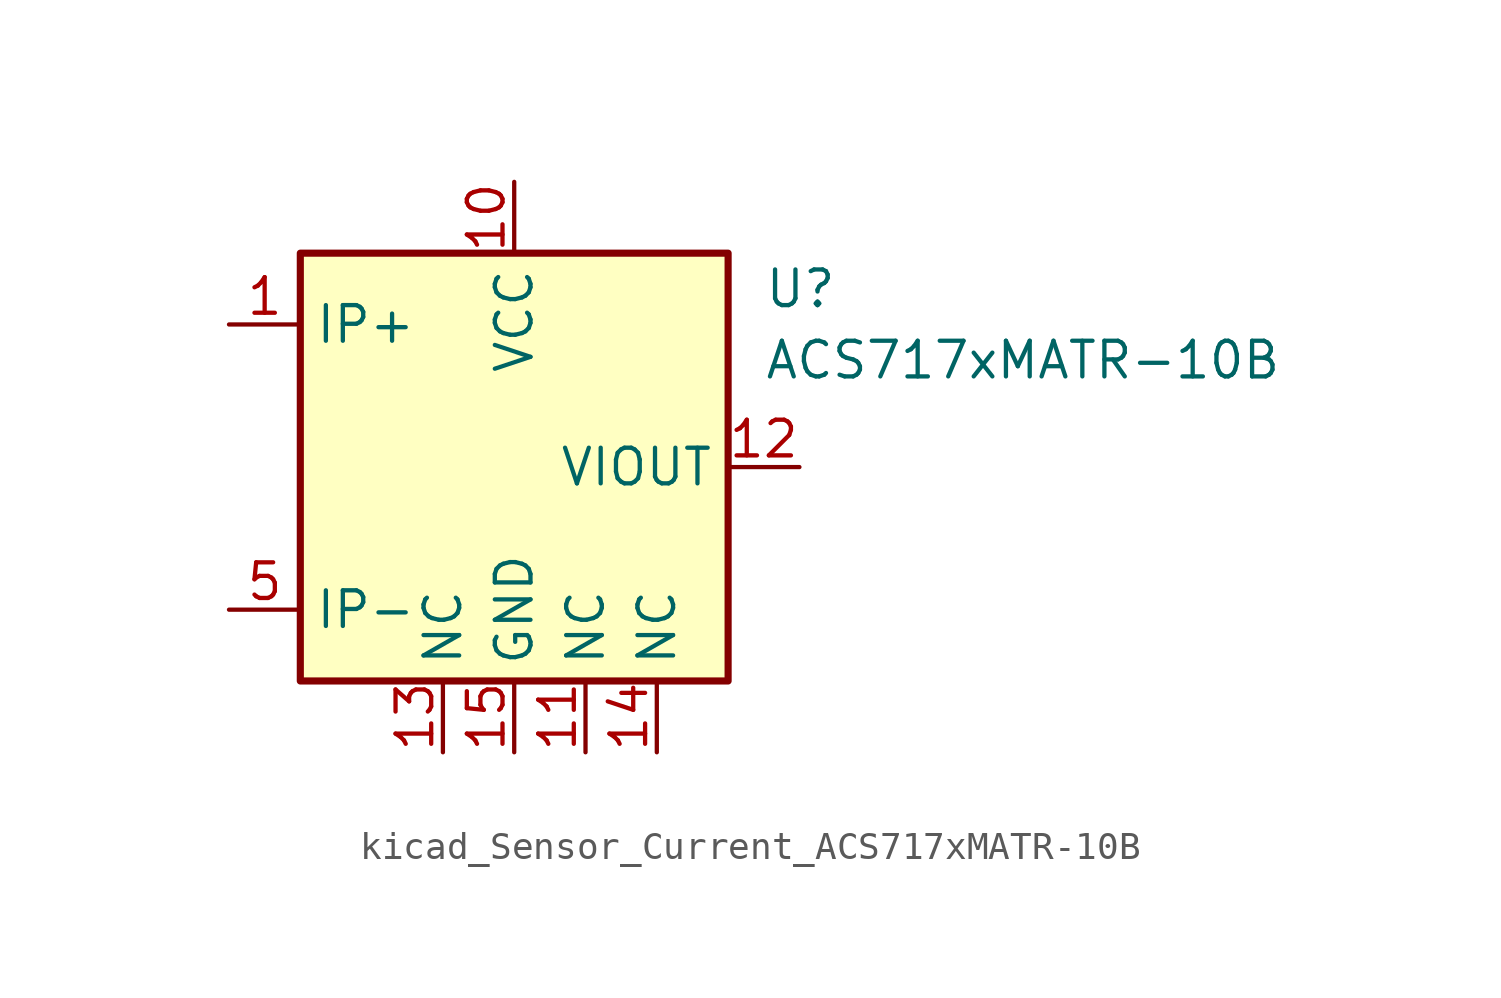
<source format=kicad_sym>
(kicad_symbol_lib
  (version 20220914)
  (generator kicad_symbol_editor)
  (symbol "kicad_Sensor_Current_ACS717xMATR-10B"
    (property "Reference" "U"
      (at 8.89 6.35 0)
      (effects (font (size 1.27 1.27)) (justify left)))
    (property "Value" "ACS717xMATR-10B"
      (at 8.89 3.81 0)
      (effects (font (size 1.27 1.27)) (justify left)))
    (symbol "kicad_Sensor_Current_ACS717xMATR-10B_0_1"
      (rectangle (start -7.62 7.62) (end 7.62 -7.62) (stroke (width 0.254) (type default)) (fill (type background))))
    (symbol "kicad_Sensor_Current_ACS717xMATR-10B_1_1"
      (pin passive line (at -10.16 5.08 0) (length 2.54) (name "IP+" (effects (font (size 1.27 1.27)))) (number "1" (effects (font (size 1.27 1.27)))))
      (pin power_in line (at 0 10.16 270) (length 2.54) (name "VCC" (effects (font (size 1.27 1.27)))) (number "10" (effects (font (size 1.27 1.27)))))
      (pin passive line (at 2.54 -10.16 90) (length 2.54) (name "NC" (effects (font (size 1.27 1.27)))) (number "11" (effects (font (size 1.27 1.27)))))
      (pin output line (at 10.16 0 180) (length 2.54) (name "VIOUT" (effects (font (size 1.27 1.27)))) (number "12" (effects (font (size 1.27 1.27)))))
      (pin passive line (at -2.54 -10.16 90) (length 2.54) (name "NC" (effects (font (size 1.27 1.27)))) (number "13" (effects (font (size 1.27 1.27)))))
      (pin passive line (at 5.08 -10.16 90) (length 2.54) (name "NC" (effects (font (size 1.27 1.27)))) (number "14" (effects (font (size 1.27 1.27)))))
      (pin power_in line (at 0 -10.16 90) (length 2.54) (name "GND" (effects (font (size 1.27 1.27)))) (number "15" (effects (font (size 1.27 1.27)))))
      (pin no_connect line (at 7.62 2.54 180) (length 2.54) hide (name "NC" (effects (font (size 1.27 1.27)))) (number "16" (effects (font (size 1.27 1.27)))))
      (pin passive line (at -10.16 5.08 0) (length 2.54) hide (name "IP+" (effects (font (size 1.27 1.27)))) (number "2" (effects (font (size 1.27 1.27)))))
      (pin passive line (at -10.16 5.08 0) (length 2.54) hide (name "IP+" (effects (font (size 1.27 1.27)))) (number "3" (effects (font (size 1.27 1.27)))))
      (pin passive line (at -10.16 5.08 0) (length 2.54) hide (name "IP+" (effects (font (size 1.27 1.27)))) (number "4" (effects (font (size 1.27 1.27)))))
      (pin passive line (at -10.16 -5.08 0) (length 2.54) (name "IP-" (effects (font (size 1.27 1.27)))) (number "5" (effects (font (size 1.27 1.27)))))
      (pin passive line (at -10.16 -5.08 0) (length 2.54) hide (name "IP-" (effects (font (size 1.27 1.27)))) (number "6" (effects (font (size 1.27 1.27)))))
      (pin passive line (at -10.16 -5.08 0) (length 2.54) hide (name "IP-" (effects (font (size 1.27 1.27)))) (number "7" (effects (font (size 1.27 1.27)))))
      (pin passive line (at -10.16 -5.08 0) (length 2.54) hide (name "IP-" (effects (font (size 1.27 1.27)))) (number "8" (effects (font (size 1.27 1.27)))))
      (pin no_connect line (at 7.62 5.08 180) (length 2.54) hide (name "NC" (effects (font (size 1.27 1.27)))) (number "9" (effects (font (size 1.27 1.27))))))))
</source>
